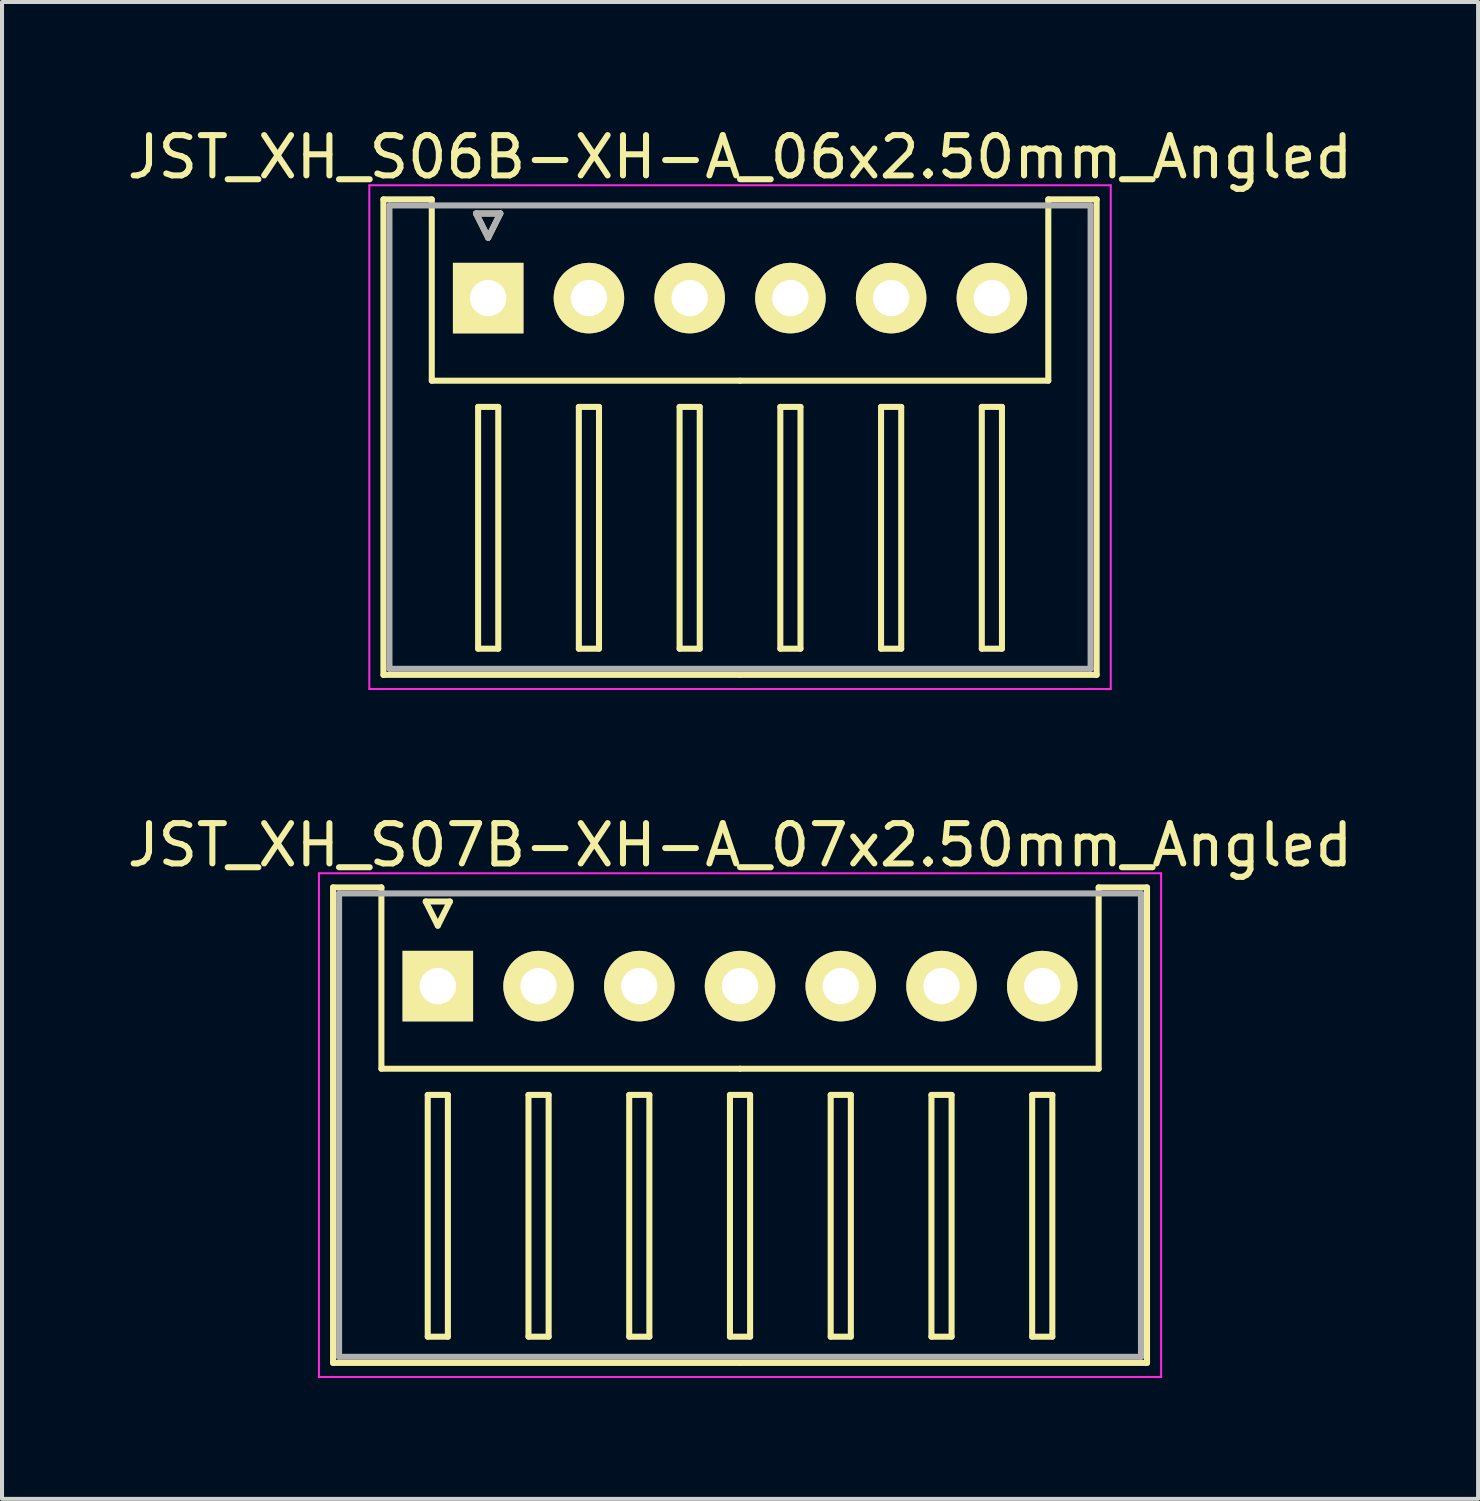
<source format=kicad_pcb>
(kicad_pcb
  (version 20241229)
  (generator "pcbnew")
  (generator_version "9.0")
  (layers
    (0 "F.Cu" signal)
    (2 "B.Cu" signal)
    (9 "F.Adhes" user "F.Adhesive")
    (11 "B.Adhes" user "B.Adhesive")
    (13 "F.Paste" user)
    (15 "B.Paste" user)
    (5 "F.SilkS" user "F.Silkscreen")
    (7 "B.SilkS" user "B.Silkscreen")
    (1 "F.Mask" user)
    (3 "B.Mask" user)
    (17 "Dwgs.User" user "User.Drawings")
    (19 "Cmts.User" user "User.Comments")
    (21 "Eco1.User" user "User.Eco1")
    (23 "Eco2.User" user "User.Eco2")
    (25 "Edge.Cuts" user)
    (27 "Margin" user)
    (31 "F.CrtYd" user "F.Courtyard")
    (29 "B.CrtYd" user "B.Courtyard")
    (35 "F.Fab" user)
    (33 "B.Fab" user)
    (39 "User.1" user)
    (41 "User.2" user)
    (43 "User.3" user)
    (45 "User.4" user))
  (footprint "JST_XH_S07B-XH-A_07x2.50mm_Angled"
    (layer "F.Cu")
    (at 7.815 21.422)
    (property "Reference" "JST_XH_S07B-XH-A_07x2.50mm_Angled" (at 7.5 -3.5 0) (layer "F.SilkS") (effects (font (size 1 1) (thickness 0.15))))
    (attr through_hole)
    (fp_line (start -2.6 -2.45) (end -1.4 -2.45) (stroke (width 0.15) (type solid)) (layer "F.SilkS"))
    (fp_line (start -2.6 9.35) (end -2.6 -2.45) (stroke (width 0.15) (type solid)) (layer "F.SilkS"))
    (fp_line (start -1.4 -2.45) (end -1.4 2.05) (stroke (width 0.15) (type solid)) (layer "F.SilkS"))
    (fp_line (start -1.4 2.05) (end 7.5 2.05) (stroke (width 0.15) (type solid)) (layer "F.SilkS"))
    (fp_line (start -0.3 -2.1) (end 0.3 -2.1) (stroke (width 0.15) (type solid)) (layer "F.SilkS"))
    (fp_line (start -0.25 2.7) (end -0.25 8.7) (stroke (width 0.15) (type solid)) (layer "F.SilkS"))
    (fp_line (start -0.25 8.7) (end 0.25 8.7) (stroke (width 0.15) (type solid)) (layer "F.SilkS"))
    (fp_line (start 0 -1.5) (end -0.3 -2.1) (stroke (width 0.15) (type solid)) (layer "F.SilkS"))
    (fp_line (start 0.25 2.7) (end -0.25 2.7) (stroke (width 0.15) (type solid)) (layer "F.SilkS"))
    (fp_line (start 0.25 8.7) (end 0.25 2.7) (stroke (width 0.15) (type solid)) (layer "F.SilkS"))
    (fp_line (start 0.3 -2.1) (end 0 -1.5) (stroke (width 0.15) (type solid)) (layer "F.SilkS"))
    (fp_line (start 2.25 2.7) (end 2.25 8.7) (stroke (width 0.15) (type solid)) (layer "F.SilkS"))
    (fp_line (start 2.25 8.7) (end 2.75 8.7) (stroke (width 0.15) (type solid)) (layer "F.SilkS"))
    (fp_line (start 2.75 2.7) (end 2.25 2.7) (stroke (width 0.15) (type solid)) (layer "F.SilkS"))
    (fp_line (start 2.75 8.7) (end 2.75 2.7) (stroke (width 0.15) (type solid)) (layer "F.SilkS"))
    (fp_line (start 4.75 2.7) (end 4.75 8.7) (stroke (width 0.15) (type solid)) (layer "F.SilkS"))
    (fp_line (start 4.75 8.7) (end 5.25 8.7) (stroke (width 0.15) (type solid)) (layer "F.SilkS"))
    (fp_line (start 5.25 2.7) (end 4.75 2.7) (stroke (width 0.15) (type solid)) (layer "F.SilkS"))
    (fp_line (start 5.25 8.7) (end 5.25 2.7) (stroke (width 0.15) (type solid)) (layer "F.SilkS"))
    (fp_line (start 7.25 2.7) (end 7.25 8.7) (stroke (width 0.15) (type solid)) (layer "F.SilkS"))
    (fp_line (start 7.25 8.7) (end 7.75 8.7) (stroke (width 0.15) (type solid)) (layer "F.SilkS"))
    (fp_line (start 7.5 9.35) (end -2.6 9.35) (stroke (width 0.15) (type solid)) (layer "F.SilkS"))
    (fp_line (start 7.5 9.35) (end 17.6 9.35) (stroke (width 0.15) (type solid)) (layer "F.SilkS"))
    (fp_line (start 7.75 2.7) (end 7.25 2.7) (stroke (width 0.15) (type solid)) (layer "F.SilkS"))
    (fp_line (start 7.75 8.7) (end 7.75 2.7) (stroke (width 0.15) (type solid)) (layer "F.SilkS"))
    (fp_line (start 9.75 2.7) (end 9.75 8.7) (stroke (width 0.15) (type solid)) (layer "F.SilkS"))
    (fp_line (start 9.75 8.7) (end 10.25 8.7) (stroke (width 0.15) (type solid)) (layer "F.SilkS"))
    (fp_line (start 10.25 2.7) (end 9.75 2.7) (stroke (width 0.15) (type solid)) (layer "F.SilkS"))
    (fp_line (start 10.25 8.7) (end 10.25 2.7) (stroke (width 0.15) (type solid)) (layer "F.SilkS"))
    (fp_line (start 12.25 2.7) (end 12.25 8.7) (stroke (width 0.15) (type solid)) (layer "F.SilkS"))
    (fp_line (start 12.25 8.7) (end 12.75 8.7) (stroke (width 0.15) (type solid)) (layer "F.SilkS"))
    (fp_line (start 12.75 2.7) (end 12.25 2.7) (stroke (width 0.15) (type solid)) (layer "F.SilkS"))
    (fp_line (start 12.75 8.7) (end 12.75 2.7) (stroke (width 0.15) (type solid)) (layer "F.SilkS"))
    (fp_line (start 14.75 2.7) (end 14.75 8.7) (stroke (width 0.15) (type solid)) (layer "F.SilkS"))
    (fp_line (start 14.75 8.7) (end 15.25 8.7) (stroke (width 0.15) (type solid)) (layer "F.SilkS"))
    (fp_line (start 15.25 2.7) (end 14.75 2.7) (stroke (width 0.15) (type solid)) (layer "F.SilkS"))
    (fp_line (start 15.25 8.7) (end 15.25 2.7) (stroke (width 0.15) (type solid)) (layer "F.SilkS"))
    (fp_line (start 16.4 -2.45) (end 16.4 2.05) (stroke (width 0.15) (type solid)) (layer "F.SilkS"))
    (fp_line (start 16.4 2.05) (end 7.5 2.05) (stroke (width 0.15) (type solid)) (layer "F.SilkS"))
    (fp_line (start 17.6 -2.45) (end 16.4 -2.45) (stroke (width 0.15) (type solid)) (layer "F.SilkS"))
    (fp_line (start 17.6 9.35) (end 17.6 -2.45) (stroke (width 0.15) (type solid)) (layer "F.SilkS"))
    (fp_line (start -2.95 -2.8) (end -2.95 9.7) (stroke (width 0.05) (type solid)) (layer "F.CrtYd"))
    (fp_line (start -2.95 9.7) (end 17.95 9.7) (stroke (width 0.05) (type solid)) (layer "F.CrtYd"))
    (fp_line (start 17.95 -2.8) (end -2.95 -2.8) (stroke (width 0.05) (type solid)) (layer "F.CrtYd"))
    (fp_line (start 17.95 9.7) (end 17.95 -2.8) (stroke (width 0.05) (type solid)) (layer "F.CrtYd"))
    (fp_line (start -2.45 -2.3) (end -2.45 9.2) (stroke (width 0.15) (type solid)) (layer "F.Fab"))
    (fp_line (start -2.45 9.2) (end 17.45 9.2) (stroke (width 0.15) (type solid)) (layer "F.Fab"))
    (fp_line (start 17.45 -2.3) (end -2.45 -2.3) (stroke (width 0.15) (type solid)) (layer "F.Fab"))
    (fp_line (start 17.45 9.2) (end 17.45 -2.3) (stroke (width 0.15) (type solid)) (layer "F.Fab"))
    (pad "1" thru_hole rect (at 0 0) (size 1.75 1.75) (drill 0.9) (layers "*.Cu" "*.Mask" "F.SilkS"))
    (pad "2" thru_hole circle (at 2.5 0) (size 1.75 1.75) (drill 0.9) (layers "*.Cu" "*.Mask" "F.SilkS"))
    (pad "3" thru_hole circle (at 5 0) (size 1.75 1.75) (drill 0.9) (layers "*.Cu" "*.Mask" "F.SilkS"))
    (pad "4" thru_hole circle (at 7.5 0) (size 1.75 1.75) (drill 0.9) (layers "*.Cu" "*.Mask" "F.SilkS"))
    (pad "5" thru_hole circle (at 10 0) (size 1.75 1.75) (drill 0.9) (layers "*.Cu" "*.Mask" "F.SilkS"))
    (pad "6" thru_hole circle (at 12.5 0) (size 1.75 1.75) (drill 0.9) (layers "*.Cu" "*.Mask" "F.SilkS"))
    (pad "7" thru_hole circle (at 15 0) (size 1.75 1.75) (drill 0.9) (layers "*.Cu" "*.Mask" "F.SilkS")))
  (footprint "JST_XH_S06B-XH-A_06x2.50mm_Angled"
    (layer "F.Cu")
    (at 9.065 4.348)
    (property "Reference" "JST_XH_S06B-XH-A_06x2.50mm_Angled" (at 6.25 -3.5 0) (layer "F.SilkS") (effects (font (size 1 1) (thickness 0.15))))
    (attr through_hole)
    (fp_line (start -2.6 -2.45) (end -1.4 -2.45) (stroke (width 0.15) (type solid)) (layer "F.SilkS"))
    (fp_line (start -2.6 9.35) (end -2.6 -2.45) (stroke (width 0.15) (type solid)) (layer "F.SilkS"))
    (fp_line (start -1.4 -2.45) (end -1.4 2.05) (stroke (width 0.15) (type solid)) (layer "F.SilkS"))
    (fp_line (start -1.4 2.05) (end 6.25 2.05) (stroke (width 0.15) (type solid)) (layer "F.SilkS"))
    (fp_line (start -0.3 -2.1) (end 0.3 -2.1) (stroke (width 0.15) (type solid)) (layer "F.SilkS"))
    (fp_line (start -0.25 2.7) (end -0.25 8.7) (stroke (width 0.15) (type solid)) (layer "F.SilkS"))
    (fp_line (start -0.25 8.7) (end 0.25 8.7) (stroke (width 0.15) (type solid)) (layer "F.SilkS"))
    (fp_line (start 0 -1.5) (end -0.3 -2.1) (stroke (width 0.15) (type solid)) (layer "F.SilkS"))
    (fp_line (start 0.25 2.7) (end -0.25 2.7) (stroke (width 0.15) (type solid)) (layer "F.SilkS"))
    (fp_line (start 0.25 8.7) (end 0.25 2.7) (stroke (width 0.15) (type solid)) (layer "F.SilkS"))
    (fp_line (start 0.3 -2.1) (end 0 -1.5) (stroke (width 0.15) (type solid)) (layer "F.SilkS"))
    (fp_line (start 2.25 2.7) (end 2.25 8.7) (stroke (width 0.15) (type solid)) (layer "F.SilkS"))
    (fp_line (start 2.25 8.7) (end 2.75 8.7) (stroke (width 0.15) (type solid)) (layer "F.SilkS"))
    (fp_line (start 2.75 2.7) (end 2.25 2.7) (stroke (width 0.15) (type solid)) (layer "F.SilkS"))
    (fp_line (start 2.75 8.7) (end 2.75 2.7) (stroke (width 0.15) (type solid)) (layer "F.SilkS"))
    (fp_line (start 4.75 2.7) (end 4.75 8.7) (stroke (width 0.15) (type solid)) (layer "F.SilkS"))
    (fp_line (start 4.75 8.7) (end 5.25 8.7) (stroke (width 0.15) (type solid)) (layer "F.SilkS"))
    (fp_line (start 5.25 2.7) (end 4.75 2.7) (stroke (width 0.15) (type solid)) (layer "F.SilkS"))
    (fp_line (start 5.25 8.7) (end 5.25 2.7) (stroke (width 0.15) (type solid)) (layer "F.SilkS"))
    (fp_line (start 6.25 9.35) (end -2.6 9.35) (stroke (width 0.15) (type solid)) (layer "F.SilkS"))
    (fp_line (start 6.25 9.35) (end 15.1 9.35) (stroke (width 0.15) (type solid)) (layer "F.SilkS"))
    (fp_line (start 7.25 2.7) (end 7.25 8.7) (stroke (width 0.15) (type solid)) (layer "F.SilkS"))
    (fp_line (start 7.25 8.7) (end 7.75 8.7) (stroke (width 0.15) (type solid)) (layer "F.SilkS"))
    (fp_line (start 7.75 2.7) (end 7.25 2.7) (stroke (width 0.15) (type solid)) (layer "F.SilkS"))
    (fp_line (start 7.75 8.7) (end 7.75 2.7) (stroke (width 0.15) (type solid)) (layer "F.SilkS"))
    (fp_line (start 9.75 2.7) (end 9.75 8.7) (stroke (width 0.15) (type solid)) (layer "F.SilkS"))
    (fp_line (start 9.75 8.7) (end 10.25 8.7) (stroke (width 0.15) (type solid)) (layer "F.SilkS"))
    (fp_line (start 10.25 2.7) (end 9.75 2.7) (stroke (width 0.15) (type solid)) (layer "F.SilkS"))
    (fp_line (start 10.25 8.7) (end 10.25 2.7) (stroke (width 0.15) (type solid)) (layer "F.SilkS"))
    (fp_line (start 12.25 2.7) (end 12.25 8.7) (stroke (width 0.15) (type solid)) (layer "F.SilkS"))
    (fp_line (start 12.25 8.7) (end 12.75 8.7) (stroke (width 0.15) (type solid)) (layer "F.SilkS"))
    (fp_line (start 12.75 2.7) (end 12.25 2.7) (stroke (width 0.15) (type solid)) (layer "F.SilkS"))
    (fp_line (start 12.75 8.7) (end 12.75 2.7) (stroke (width 0.15) (type solid)) (layer "F.SilkS"))
    (fp_line (start 13.9 -2.45) (end 13.9 2.05) (stroke (width 0.15) (type solid)) (layer "F.SilkS"))
    (fp_line (start 13.9 2.05) (end 6.25 2.05) (stroke (width 0.15) (type solid)) (layer "F.SilkS"))
    (fp_line (start 15.1 -2.45) (end 13.9 -2.45) (stroke (width 0.15) (type solid)) (layer "F.SilkS"))
    (fp_line (start 15.1 9.35) (end 15.1 -2.45) (stroke (width 0.15) (type solid)) (layer "F.SilkS"))
    (fp_line (start -2.95 -2.8) (end -2.95 9.7) (stroke (width 0.05) (type solid)) (layer "F.CrtYd"))
    (fp_line (start -2.95 9.7) (end 15.45 9.7) (stroke (width 0.05) (type solid)) (layer "F.CrtYd"))
    (fp_line (start 15.45 -2.8) (end -2.95 -2.8) (stroke (width 0.05) (type solid)) (layer "F.CrtYd"))
    (fp_line (start 15.45 9.7) (end 15.45 -2.8) (stroke (width 0.05) (type solid)) (layer "F.CrtYd"))
    (fp_line (start -2.45 -2.3) (end -2.45 9.2) (stroke (width 0.15) (type solid)) (layer "F.Fab"))
    (fp_line (start -2.45 9.2) (end 14.95 9.2) (stroke (width 0.15) (type solid)) (layer "F.Fab"))
    (fp_line (start -0.3 -2.1) (end 0.3 -2.1) (stroke (width 0.15) (type solid)) (layer "F.Fab"))
    (fp_line (start 0 -1.5) (end -0.3 -2.1) (stroke (width 0.15) (type solid)) (layer "F.Fab"))
    (fp_line (start 0.3 -2.1) (end 0 -1.5) (stroke (width 0.15) (type solid)) (layer "F.Fab"))
    (fp_line (start 14.95 -2.3) (end -2.45 -2.3) (stroke (width 0.15) (type solid)) (layer "F.Fab"))
    (fp_line (start 14.95 9.2) (end 14.95 -2.3) (stroke (width 0.15) (type solid)) (layer "F.Fab"))
    (pad "1" thru_hole rect (at 0 0) (size 1.75 1.75) (drill 0.9) (layers "*.Cu" "*.Mask" "F.SilkS"))
    (pad "2" thru_hole circle (at 2.5 0) (size 1.75 1.75) (drill 0.9) (layers "*.Cu" "*.Mask" "F.SilkS"))
    (pad "3" thru_hole circle (at 5 0) (size 1.75 1.75) (drill 0.9) (layers "*.Cu" "*.Mask" "F.SilkS"))
    (pad "4" thru_hole circle (at 7.5 0) (size 1.75 1.75) (drill 0.9) (layers "*.Cu" "*.Mask" "F.SilkS"))
    (pad "5" thru_hole circle (at 10 0) (size 1.75 1.75) (drill 0.9) (layers "*.Cu" "*.Mask" "F.SilkS"))
    (pad "6" thru_hole circle (at 12.5 0) (size 1.75 1.75) (drill 0.9) (layers "*.Cu" "*.Mask" "F.SilkS")))
  (gr_rect
    (start -3 -3)
    (end 33.631 34.147)
    (stroke (width 0.1) (type default))
    (fill no)
    (layer "Edge.Cuts")))
</source>
